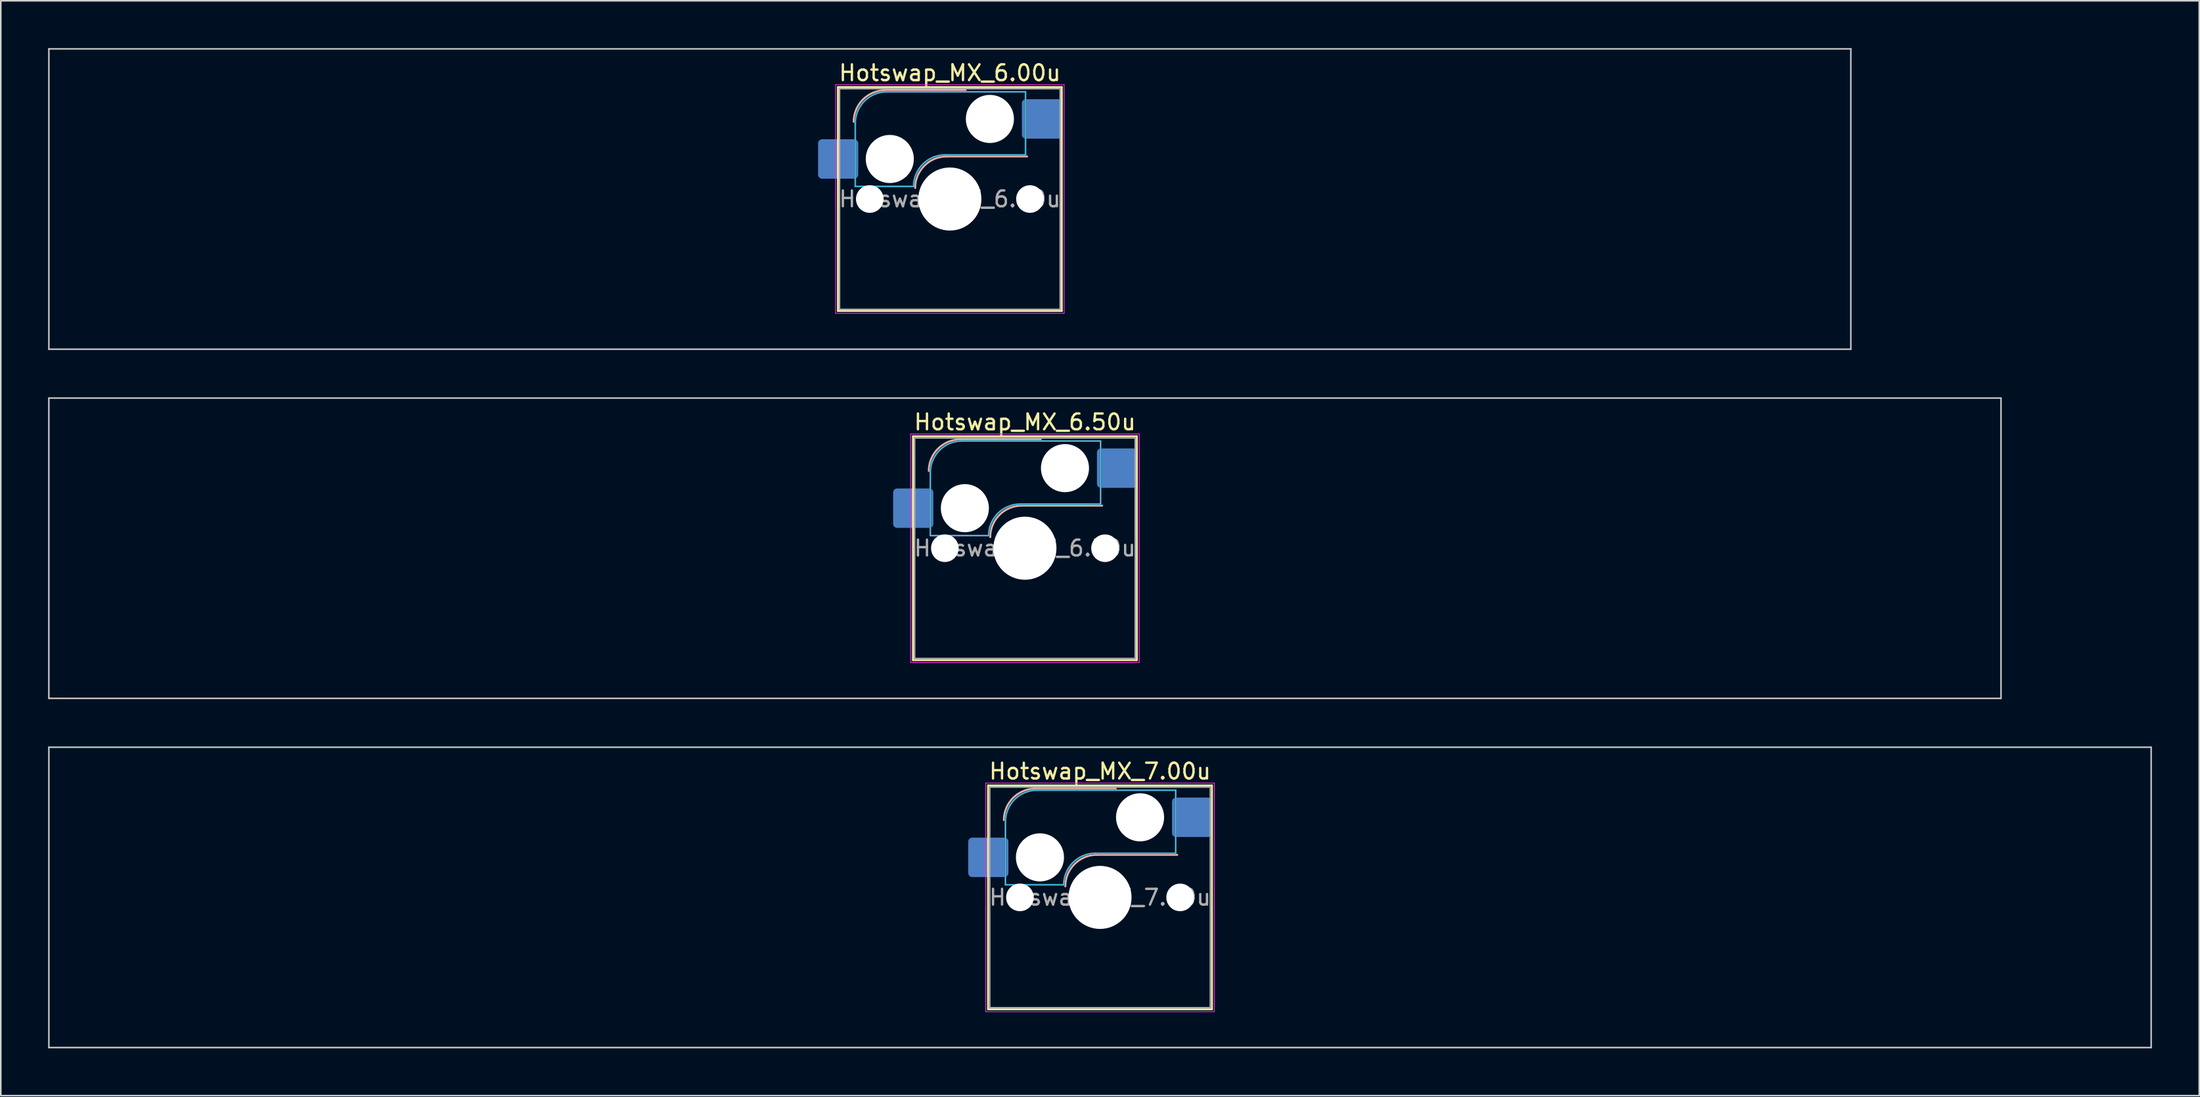
<source format=kicad_pcb>
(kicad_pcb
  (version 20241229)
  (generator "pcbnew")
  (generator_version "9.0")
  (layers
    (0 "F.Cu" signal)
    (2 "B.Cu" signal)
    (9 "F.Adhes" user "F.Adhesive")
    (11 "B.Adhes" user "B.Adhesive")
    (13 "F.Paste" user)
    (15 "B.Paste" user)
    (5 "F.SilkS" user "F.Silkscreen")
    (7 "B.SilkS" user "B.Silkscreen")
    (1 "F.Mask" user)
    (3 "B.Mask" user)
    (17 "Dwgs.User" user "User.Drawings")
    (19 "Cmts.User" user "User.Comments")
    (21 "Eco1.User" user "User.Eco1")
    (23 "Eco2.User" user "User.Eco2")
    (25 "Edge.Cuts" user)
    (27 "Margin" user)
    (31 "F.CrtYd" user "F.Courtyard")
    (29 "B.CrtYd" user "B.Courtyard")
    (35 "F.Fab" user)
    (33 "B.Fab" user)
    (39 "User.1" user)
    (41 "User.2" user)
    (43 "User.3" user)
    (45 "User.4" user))
  (footprint "Hotswap_MX_6.00u"
    (layer "F.Cu")
    (at 57.2 9.575)
    (property "Reference" "Hotswap_MX_6.00u" (at 0 -8 0) (layer "F.SilkS") (effects (font (size 1 1) (thickness 0.15))))
    (attr smd)
    (fp_line (start -7.1 -7.1) (end -7.1 7.1) (stroke (width 0.12) (type solid)) (layer "F.SilkS"))
    (fp_line (start -7.1 7.1) (end 7.1 7.1) (stroke (width 0.12) (type solid)) (layer "F.SilkS"))
    (fp_line (start 7.1 -7.1) (end -7.1 -7.1) (stroke (width 0.12) (type solid)) (layer "F.SilkS"))
    (fp_line (start 7.1 7.1) (end 7.1 -7.1) (stroke (width 0.12) (type solid)) (layer "F.SilkS"))
    (fp_line (start -4.1 -6.9) (end 1 -6.9) (stroke (width 0.12) (type solid)) (layer "B.SilkS"))
    (fp_line (start -0.2 -2.7) (end 4.9 -2.7) (stroke (width 0.12) (type solid)) (layer "B.SilkS"))
    (fp_arc (start -6.1 -4.9) (mid -5.514214 -6.314214) (end -4.1 -6.9) (stroke (width 0.12) (type solid)) (layer "B.SilkS"))
    (fp_arc (start -2.2 -0.7) (mid -1.614214 -2.114214) (end -0.2 -2.7) (stroke (width 0.12) (type solid)) (layer "B.SilkS"))
    (fp_line (start -57.15 -9.525) (end -57.15 9.525) (stroke (width 0.1) (type solid)) (layer "Dwgs.User"))
    (fp_line (start -57.15 9.525) (end 57.15 9.525) (stroke (width 0.1) (type solid)) (layer "Dwgs.User"))
    (fp_line (start 57.15 -9.525) (end -57.15 -9.525) (stroke (width 0.1) (type solid)) (layer "Dwgs.User"))
    (fp_line (start 57.15 9.525) (end 57.15 -9.525) (stroke (width 0.1) (type solid)) (layer "Dwgs.User"))
    (fp_line (start -7.8 -6) (end -7 -6) (stroke (width 0.1) (type solid)) (layer "Eco1.User"))
    (fp_line (start -7.8 -2.9) (end -7.8 -6) (stroke (width 0.1) (type solid)) (layer "Eco1.User"))
    (fp_line (start -7.8 2.9) (end -7 2.9) (stroke (width 0.1) (type solid)) (layer "Eco1.User"))
    (fp_line (start -7.8 6) (end -7.8 2.9) (stroke (width 0.1) (type solid)) (layer "Eco1.User"))
    (fp_line (start -7 -7) (end 7 -7) (stroke (width 0.1) (type solid)) (layer "Eco1.User"))
    (fp_line (start -7 -6) (end -7 -7) (stroke (width 0.1) (type solid)) (layer "Eco1.User"))
    (fp_line (start -7 -2.9) (end -7.8 -2.9) (stroke (width 0.1) (type solid)) (layer "Eco1.User"))
    (fp_line (start -7 2.9) (end -7 -2.9) (stroke (width 0.1) (type solid)) (layer "Eco1.User"))
    (fp_line (start -7 6) (end -7.8 6) (stroke (width 0.1) (type solid)) (layer "Eco1.User"))
    (fp_line (start -7 7) (end -7 6) (stroke (width 0.1) (type solid)) (layer "Eco1.User"))
    (fp_line (start 7 -7) (end 7 -6) (stroke (width 0.1) (type solid)) (layer "Eco1.User"))
    (fp_line (start 7 -6) (end 7.8 -6) (stroke (width 0.1) (type solid)) (layer "Eco1.User"))
    (fp_line (start 7 -2.9) (end 7 2.9) (stroke (width 0.1) (type solid)) (layer "Eco1.User"))
    (fp_line (start 7 2.9) (end 7.8 2.9) (stroke (width 0.1) (type solid)) (layer "Eco1.User"))
    (fp_line (start 7 6) (end 7 7) (stroke (width 0.1) (type solid)) (layer "Eco1.User"))
    (fp_line (start 7 7) (end -7 7) (stroke (width 0.1) (type solid)) (layer "Eco1.User"))
    (fp_line (start 7.8 -6) (end 7.8 -2.9) (stroke (width 0.1) (type solid)) (layer "Eco1.User"))
    (fp_line (start 7.8 -2.9) (end 7 -2.9) (stroke (width 0.1) (type solid)) (layer "Eco1.User"))
    (fp_line (start 7.8 2.9) (end 7.8 6) (stroke (width 0.1) (type solid)) (layer "Eco1.User"))
    (fp_line (start 7.8 6) (end 7 6) (stroke (width 0.1) (type solid)) (layer "Eco1.User"))
    (fp_line (start -6 -0.8) (end -6 -4.8) (stroke (width 0.05) (type solid)) (layer "B.CrtYd"))
    (fp_line (start -6 -0.8) (end -2.3 -0.8) (stroke (width 0.05) (type solid)) (layer "B.CrtYd"))
    (fp_line (start -4 -6.8) (end 4.8 -6.8) (stroke (width 0.05) (type solid)) (layer "B.CrtYd"))
    (fp_line (start -0.3 -2.8) (end 4.8 -2.8) (stroke (width 0.05) (type solid)) (layer "B.CrtYd"))
    (fp_line (start 4.8 -6.8) (end 4.8 -2.8) (stroke (width 0.05) (type solid)) (layer "B.CrtYd"))
    (fp_arc (start -6 -4.8) (mid -5.414214 -6.214214) (end -4 -6.8) (stroke (width 0.05) (type solid)) (layer "B.CrtYd"))
    (fp_arc (start -2.3 -0.8) (mid -1.714214 -2.214214) (end -0.3 -2.8) (stroke (width 0.05) (type solid)) (layer "B.CrtYd"))
    (fp_line (start -7.25 -7.25) (end -7.25 7.25) (stroke (width 0.05) (type solid)) (layer "F.CrtYd"))
    (fp_line (start -7.25 7.25) (end 7.25 7.25) (stroke (width 0.05) (type solid)) (layer "F.CrtYd"))
    (fp_line (start 7.25 -7.25) (end -7.25 -7.25) (stroke (width 0.05) (type solid)) (layer "F.CrtYd"))
    (fp_line (start 7.25 7.25) (end 7.25 -7.25) (stroke (width 0.05) (type solid)) (layer "F.CrtYd"))
    (fp_line (start -6 -0.8) (end -6 -4.8) (stroke (width 0.12) (type solid)) (layer "B.Fab"))
    (fp_line (start -6 -0.8) (end -2.3 -0.8) (stroke (width 0.12) (type solid)) (layer "B.Fab"))
    (fp_line (start -4 -6.8) (end 4.8 -6.8) (stroke (width 0.12) (type solid)) (layer "B.Fab"))
    (fp_line (start -0.3 -2.8) (end 4.8 -2.8) (stroke (width 0.12) (type solid)) (layer "B.Fab"))
    (fp_line (start 4.8 -6.8) (end 4.8 -2.8) (stroke (width 0.12) (type solid)) (layer "B.Fab"))
    (fp_arc (start -6 -4.8) (mid -5.414214 -6.214214) (end -4 -6.8) (stroke (width 0.12) (type solid)) (layer "B.Fab"))
    (fp_arc (start -2.3 -0.8) (mid -1.714214 -2.214214) (end -0.3 -2.8) (stroke (width 0.12) (type solid)) (layer "B.Fab"))
    (fp_line (start -7 -7) (end -7 7) (stroke (width 0.1) (type solid)) (layer "F.Fab"))
    (fp_line (start -7 7) (end 7 7) (stroke (width 0.1) (type solid)) (layer "F.Fab"))
    (fp_line (start 7 -7) (end -7 -7) (stroke (width 0.1) (type solid)) (layer "F.Fab"))
    (fp_line (start 7 7) (end 7 -7) (stroke (width 0.1) (type solid)) (layer "F.Fab"))
    (fp_text user "${REFERENCE}" (at 0 0 0) (layer "F.Fab") (effects (font (size 1 1) (thickness 0.15))))
    (pad "" np_thru_hole circle (at -5.08 0) (size 1.75 1.75) (drill 1.75) (layers "*.Cu" "*.Mask"))
    (pad "" np_thru_hole circle (at -3.81 -2.54) (size 3.05 3.05) (drill 3.05) (layers "*.Cu" "*.Mask"))
    (pad "" np_thru_hole circle (at 0 0) (size 4 4) (drill 4) (layers "*.Cu" "*.Mask"))
    (pad "" np_thru_hole circle (at 2.54 -5.08) (size 3.05 3.05) (drill 3.05) (layers "*.Cu" "*.Mask"))
    (pad "" np_thru_hole circle (at 5.08 0) (size 1.75 1.75) (drill 1.75) (layers "*.Cu" "*.Mask"))
    (pad "1" smd roundrect (at -7.085 -2.54) (size 2.55 2.5) (layers "B.Cu" "B.Mask" "B.Paste") (roundrect_rratio 0.1))
    (pad "2" smd roundrect (at 5.842 -5.08) (size 2.55 2.5) (layers "B.Cu" "B.Mask" "B.Paste") (roundrect_rratio 0.1)))
  (footprint "Hotswap_MX_7.00u"
    (layer "F.Cu")
    (at 66.725 53.875)
    (property "Reference" "Hotswap_MX_7.00u" (at 0 -8 0) (layer "F.SilkS") (effects (font (size 1 1) (thickness 0.15))))
    (attr smd)
    (fp_line (start -7.1 -7.1) (end -7.1 7.1) (stroke (width 0.12) (type solid)) (layer "F.SilkS"))
    (fp_line (start -7.1 7.1) (end 7.1 7.1) (stroke (width 0.12) (type solid)) (layer "F.SilkS"))
    (fp_line (start 7.1 -7.1) (end -7.1 -7.1) (stroke (width 0.12) (type solid)) (layer "F.SilkS"))
    (fp_line (start 7.1 7.1) (end 7.1 -7.1) (stroke (width 0.12) (type solid)) (layer "F.SilkS"))
    (fp_line (start -4.1 -6.9) (end 1 -6.9) (stroke (width 0.12) (type solid)) (layer "B.SilkS"))
    (fp_line (start -0.2 -2.7) (end 4.9 -2.7) (stroke (width 0.12) (type solid)) (layer "B.SilkS"))
    (fp_arc (start -6.1 -4.9) (mid -5.514214 -6.314214) (end -4.1 -6.9) (stroke (width 0.12) (type solid)) (layer "B.SilkS"))
    (fp_arc (start -2.2 -0.7) (mid -1.614214 -2.114214) (end -0.2 -2.7) (stroke (width 0.12) (type solid)) (layer "B.SilkS"))
    (fp_line (start -66.675 -9.525) (end -66.675 9.525) (stroke (width 0.1) (type solid)) (layer "Dwgs.User"))
    (fp_line (start -66.675 9.525) (end 66.675 9.525) (stroke (width 0.1) (type solid)) (layer "Dwgs.User"))
    (fp_line (start 66.675 -9.525) (end -66.675 -9.525) (stroke (width 0.1) (type solid)) (layer "Dwgs.User"))
    (fp_line (start 66.675 9.525) (end 66.675 -9.525) (stroke (width 0.1) (type solid)) (layer "Dwgs.User"))
    (fp_line (start -7.8 -6) (end -7 -6) (stroke (width 0.1) (type solid)) (layer "Eco1.User"))
    (fp_line (start -7.8 -2.9) (end -7.8 -6) (stroke (width 0.1) (type solid)) (layer "Eco1.User"))
    (fp_line (start -7.8 2.9) (end -7 2.9) (stroke (width 0.1) (type solid)) (layer "Eco1.User"))
    (fp_line (start -7.8 6) (end -7.8 2.9) (stroke (width 0.1) (type solid)) (layer "Eco1.User"))
    (fp_line (start -7 -7) (end 7 -7) (stroke (width 0.1) (type solid)) (layer "Eco1.User"))
    (fp_line (start -7 -6) (end -7 -7) (stroke (width 0.1) (type solid)) (layer "Eco1.User"))
    (fp_line (start -7 -2.9) (end -7.8 -2.9) (stroke (width 0.1) (type solid)) (layer "Eco1.User"))
    (fp_line (start -7 2.9) (end -7 -2.9) (stroke (width 0.1) (type solid)) (layer "Eco1.User"))
    (fp_line (start -7 6) (end -7.8 6) (stroke (width 0.1) (type solid)) (layer "Eco1.User"))
    (fp_line (start -7 7) (end -7 6) (stroke (width 0.1) (type solid)) (layer "Eco1.User"))
    (fp_line (start 7 -7) (end 7 -6) (stroke (width 0.1) (type solid)) (layer "Eco1.User"))
    (fp_line (start 7 -6) (end 7.8 -6) (stroke (width 0.1) (type solid)) (layer "Eco1.User"))
    (fp_line (start 7 -2.9) (end 7 2.9) (stroke (width 0.1) (type solid)) (layer "Eco1.User"))
    (fp_line (start 7 2.9) (end 7.8 2.9) (stroke (width 0.1) (type solid)) (layer "Eco1.User"))
    (fp_line (start 7 6) (end 7 7) (stroke (width 0.1) (type solid)) (layer "Eco1.User"))
    (fp_line (start 7 7) (end -7 7) (stroke (width 0.1) (type solid)) (layer "Eco1.User"))
    (fp_line (start 7.8 -6) (end 7.8 -2.9) (stroke (width 0.1) (type solid)) (layer "Eco1.User"))
    (fp_line (start 7.8 -2.9) (end 7 -2.9) (stroke (width 0.1) (type solid)) (layer "Eco1.User"))
    (fp_line (start 7.8 2.9) (end 7.8 6) (stroke (width 0.1) (type solid)) (layer "Eco1.User"))
    (fp_line (start 7.8 6) (end 7 6) (stroke (width 0.1) (type solid)) (layer "Eco1.User"))
    (fp_line (start -6 -0.8) (end -6 -4.8) (stroke (width 0.05) (type solid)) (layer "B.CrtYd"))
    (fp_line (start -6 -0.8) (end -2.3 -0.8) (stroke (width 0.05) (type solid)) (layer "B.CrtYd"))
    (fp_line (start -4 -6.8) (end 4.8 -6.8) (stroke (width 0.05) (type solid)) (layer "B.CrtYd"))
    (fp_line (start -0.3 -2.8) (end 4.8 -2.8) (stroke (width 0.05) (type solid)) (layer "B.CrtYd"))
    (fp_line (start 4.8 -6.8) (end 4.8 -2.8) (stroke (width 0.05) (type solid)) (layer "B.CrtYd"))
    (fp_arc (start -6 -4.8) (mid -5.414214 -6.214214) (end -4 -6.8) (stroke (width 0.05) (type solid)) (layer "B.CrtYd"))
    (fp_arc (start -2.3 -0.8) (mid -1.714214 -2.214214) (end -0.3 -2.8) (stroke (width 0.05) (type solid)) (layer "B.CrtYd"))
    (fp_line (start -7.25 -7.25) (end -7.25 7.25) (stroke (width 0.05) (type solid)) (layer "F.CrtYd"))
    (fp_line (start -7.25 7.25) (end 7.25 7.25) (stroke (width 0.05) (type solid)) (layer "F.CrtYd"))
    (fp_line (start 7.25 -7.25) (end -7.25 -7.25) (stroke (width 0.05) (type solid)) (layer "F.CrtYd"))
    (fp_line (start 7.25 7.25) (end 7.25 -7.25) (stroke (width 0.05) (type solid)) (layer "F.CrtYd"))
    (fp_line (start -6 -0.8) (end -6 -4.8) (stroke (width 0.12) (type solid)) (layer "B.Fab"))
    (fp_line (start -6 -0.8) (end -2.3 -0.8) (stroke (width 0.12) (type solid)) (layer "B.Fab"))
    (fp_line (start -4 -6.8) (end 4.8 -6.8) (stroke (width 0.12) (type solid)) (layer "B.Fab"))
    (fp_line (start -0.3 -2.8) (end 4.8 -2.8) (stroke (width 0.12) (type solid)) (layer "B.Fab"))
    (fp_line (start 4.8 -6.8) (end 4.8 -2.8) (stroke (width 0.12) (type solid)) (layer "B.Fab"))
    (fp_arc (start -6 -4.8) (mid -5.414214 -6.214214) (end -4 -6.8) (stroke (width 0.12) (type solid)) (layer "B.Fab"))
    (fp_arc (start -2.3 -0.8) (mid -1.714214 -2.214214) (end -0.3 -2.8) (stroke (width 0.12) (type solid)) (layer "B.Fab"))
    (fp_line (start -7 -7) (end -7 7) (stroke (width 0.1) (type solid)) (layer "F.Fab"))
    (fp_line (start -7 7) (end 7 7) (stroke (width 0.1) (type solid)) (layer "F.Fab"))
    (fp_line (start 7 -7) (end -7 -7) (stroke (width 0.1) (type solid)) (layer "F.Fab"))
    (fp_line (start 7 7) (end 7 -7) (stroke (width 0.1) (type solid)) (layer "F.Fab"))
    (fp_text user "${REFERENCE}" (at 0 0 0) (layer "F.Fab") (effects (font (size 1 1) (thickness 0.15))))
    (pad "" np_thru_hole circle (at -5.08 0) (size 1.75 1.75) (drill 1.75) (layers "*.Cu" "*.Mask"))
    (pad "" np_thru_hole circle (at -3.81 -2.54) (size 3.05 3.05) (drill 3.05) (layers "*.Cu" "*.Mask"))
    (pad "" np_thru_hole circle (at 0 0) (size 4 4) (drill 4) (layers "*.Cu" "*.Mask"))
    (pad "" np_thru_hole circle (at 2.54 -5.08) (size 3.05 3.05) (drill 3.05) (layers "*.Cu" "*.Mask"))
    (pad "" np_thru_hole circle (at 5.08 0) (size 1.75 1.75) (drill 1.75) (layers "*.Cu" "*.Mask"))
    (pad "1" smd roundrect (at -7.085 -2.54) (size 2.55 2.5) (layers "B.Cu" "B.Mask" "B.Paste") (roundrect_rratio 0.1))
    (pad "2" smd roundrect (at 5.842 -5.08) (size 2.55 2.5) (layers "B.Cu" "B.Mask" "B.Paste") (roundrect_rratio 0.1)))
  (footprint "Hotswap_MX_6.50u"
    (layer "F.Cu")
    (at 61.962 31.725)
    (property "Reference" "Hotswap_MX_6.50u" (at 0 -8 0) (layer "F.SilkS") (effects (font (size 1 1) (thickness 0.15))))
    (attr smd)
    (fp_line (start -7.1 -7.1) (end -7.1 7.1) (stroke (width 0.12) (type solid)) (layer "F.SilkS"))
    (fp_line (start -7.1 7.1) (end 7.1 7.1) (stroke (width 0.12) (type solid)) (layer "F.SilkS"))
    (fp_line (start 7.1 -7.1) (end -7.1 -7.1) (stroke (width 0.12) (type solid)) (layer "F.SilkS"))
    (fp_line (start 7.1 7.1) (end 7.1 -7.1) (stroke (width 0.12) (type solid)) (layer "F.SilkS"))
    (fp_line (start -4.1 -6.9) (end 1 -6.9) (stroke (width 0.12) (type solid)) (layer "B.SilkS"))
    (fp_line (start -0.2 -2.7) (end 4.9 -2.7) (stroke (width 0.12) (type solid)) (layer "B.SilkS"))
    (fp_arc (start -6.1 -4.9) (mid -5.514214 -6.314214) (end -4.1 -6.9) (stroke (width 0.12) (type solid)) (layer "B.SilkS"))
    (fp_arc (start -2.2 -0.7) (mid -1.614214 -2.114214) (end -0.2 -2.7) (stroke (width 0.12) (type solid)) (layer "B.SilkS"))
    (fp_line (start -61.913 -9.525) (end -61.913 9.525) (stroke (width 0.1) (type solid)) (layer "Dwgs.User"))
    (fp_line (start -61.913 9.525) (end 61.913 9.525) (stroke (width 0.1) (type solid)) (layer "Dwgs.User"))
    (fp_line (start 61.913 -9.525) (end -61.913 -9.525) (stroke (width 0.1) (type solid)) (layer "Dwgs.User"))
    (fp_line (start 61.913 9.525) (end 61.913 -9.525) (stroke (width 0.1) (type solid)) (layer "Dwgs.User"))
    (fp_line (start -7.8 -6) (end -7 -6) (stroke (width 0.1) (type solid)) (layer "Eco1.User"))
    (fp_line (start -7.8 -2.9) (end -7.8 -6) (stroke (width 0.1) (type solid)) (layer "Eco1.User"))
    (fp_line (start -7.8 2.9) (end -7 2.9) (stroke (width 0.1) (type solid)) (layer "Eco1.User"))
    (fp_line (start -7.8 6) (end -7.8 2.9) (stroke (width 0.1) (type solid)) (layer "Eco1.User"))
    (fp_line (start -7 -7) (end 7 -7) (stroke (width 0.1) (type solid)) (layer "Eco1.User"))
    (fp_line (start -7 -6) (end -7 -7) (stroke (width 0.1) (type solid)) (layer "Eco1.User"))
    (fp_line (start -7 -2.9) (end -7.8 -2.9) (stroke (width 0.1) (type solid)) (layer "Eco1.User"))
    (fp_line (start -7 2.9) (end -7 -2.9) (stroke (width 0.1) (type solid)) (layer "Eco1.User"))
    (fp_line (start -7 6) (end -7.8 6) (stroke (width 0.1) (type solid)) (layer "Eco1.User"))
    (fp_line (start -7 7) (end -7 6) (stroke (width 0.1) (type solid)) (layer "Eco1.User"))
    (fp_line (start 7 -7) (end 7 -6) (stroke (width 0.1) (type solid)) (layer "Eco1.User"))
    (fp_line (start 7 -6) (end 7.8 -6) (stroke (width 0.1) (type solid)) (layer "Eco1.User"))
    (fp_line (start 7 -2.9) (end 7 2.9) (stroke (width 0.1) (type solid)) (layer "Eco1.User"))
    (fp_line (start 7 2.9) (end 7.8 2.9) (stroke (width 0.1) (type solid)) (layer "Eco1.User"))
    (fp_line (start 7 6) (end 7 7) (stroke (width 0.1) (type solid)) (layer "Eco1.User"))
    (fp_line (start 7 7) (end -7 7) (stroke (width 0.1) (type solid)) (layer "Eco1.User"))
    (fp_line (start 7.8 -6) (end 7.8 -2.9) (stroke (width 0.1) (type solid)) (layer "Eco1.User"))
    (fp_line (start 7.8 -2.9) (end 7 -2.9) (stroke (width 0.1) (type solid)) (layer "Eco1.User"))
    (fp_line (start 7.8 2.9) (end 7.8 6) (stroke (width 0.1) (type solid)) (layer "Eco1.User"))
    (fp_line (start 7.8 6) (end 7 6) (stroke (width 0.1) (type solid)) (layer "Eco1.User"))
    (fp_line (start -6 -0.8) (end -6 -4.8) (stroke (width 0.05) (type solid)) (layer "B.CrtYd"))
    (fp_line (start -6 -0.8) (end -2.3 -0.8) (stroke (width 0.05) (type solid)) (layer "B.CrtYd"))
    (fp_line (start -4 -6.8) (end 4.8 -6.8) (stroke (width 0.05) (type solid)) (layer "B.CrtYd"))
    (fp_line (start -0.3 -2.8) (end 4.8 -2.8) (stroke (width 0.05) (type solid)) (layer "B.CrtYd"))
    (fp_line (start 4.8 -6.8) (end 4.8 -2.8) (stroke (width 0.05) (type solid)) (layer "B.CrtYd"))
    (fp_arc (start -6 -4.8) (mid -5.414214 -6.214214) (end -4 -6.8) (stroke (width 0.05) (type solid)) (layer "B.CrtYd"))
    (fp_arc (start -2.3 -0.8) (mid -1.714214 -2.214214) (end -0.3 -2.8) (stroke (width 0.05) (type solid)) (layer "B.CrtYd"))
    (fp_line (start -7.25 -7.25) (end -7.25 7.25) (stroke (width 0.05) (type solid)) (layer "F.CrtYd"))
    (fp_line (start -7.25 7.25) (end 7.25 7.25) (stroke (width 0.05) (type solid)) (layer "F.CrtYd"))
    (fp_line (start 7.25 -7.25) (end -7.25 -7.25) (stroke (width 0.05) (type solid)) (layer "F.CrtYd"))
    (fp_line (start 7.25 7.25) (end 7.25 -7.25) (stroke (width 0.05) (type solid)) (layer "F.CrtYd"))
    (fp_line (start -6 -0.8) (end -6 -4.8) (stroke (width 0.12) (type solid)) (layer "B.Fab"))
    (fp_line (start -6 -0.8) (end -2.3 -0.8) (stroke (width 0.12) (type solid)) (layer "B.Fab"))
    (fp_line (start -4 -6.8) (end 4.8 -6.8) (stroke (width 0.12) (type solid)) (layer "B.Fab"))
    (fp_line (start -0.3 -2.8) (end 4.8 -2.8) (stroke (width 0.12) (type solid)) (layer "B.Fab"))
    (fp_line (start 4.8 -6.8) (end 4.8 -2.8) (stroke (width 0.12) (type solid)) (layer "B.Fab"))
    (fp_arc (start -6 -4.8) (mid -5.414214 -6.214214) (end -4 -6.8) (stroke (width 0.12) (type solid)) (layer "B.Fab"))
    (fp_arc (start -2.3 -0.8) (mid -1.714214 -2.214214) (end -0.3 -2.8) (stroke (width 0.12) (type solid)) (layer "B.Fab"))
    (fp_line (start -7 -7) (end -7 7) (stroke (width 0.1) (type solid)) (layer "F.Fab"))
    (fp_line (start -7 7) (end 7 7) (stroke (width 0.1) (type solid)) (layer "F.Fab"))
    (fp_line (start 7 -7) (end -7 -7) (stroke (width 0.1) (type solid)) (layer "F.Fab"))
    (fp_line (start 7 7) (end 7 -7) (stroke (width 0.1) (type solid)) (layer "F.Fab"))
    (fp_text user "${REFERENCE}" (at 0 0 0) (layer "F.Fab") (effects (font (size 1 1) (thickness 0.15))))
    (pad "" np_thru_hole circle (at -5.08 0) (size 1.75 1.75) (drill 1.75) (layers "*.Cu" "*.Mask"))
    (pad "" np_thru_hole circle (at -3.81 -2.54) (size 3.05 3.05) (drill 3.05) (layers "*.Cu" "*.Mask"))
    (pad "" np_thru_hole circle (at 0 0) (size 4 4) (drill 4) (layers "*.Cu" "*.Mask"))
    (pad "" np_thru_hole circle (at 2.54 -5.08) (size 3.05 3.05) (drill 3.05) (layers "*.Cu" "*.Mask"))
    (pad "" np_thru_hole circle (at 5.08 0) (size 1.75 1.75) (drill 1.75) (layers "*.Cu" "*.Mask"))
    (pad "1" smd roundrect (at -7.085 -2.54) (size 2.55 2.5) (layers "B.Cu" "B.Mask" "B.Paste") (roundrect_rratio 0.1))
    (pad "2" smd roundrect (at 5.842 -5.08) (size 2.55 2.5) (layers "B.Cu" "B.Mask" "B.Paste") (roundrect_rratio 0.1)))
  (gr_rect
    (start -3 -3)
    (end 136.45 66.45)
    (stroke (width 0.1) (type default))
    (fill no)
    (layer "Edge.Cuts")))
</source>
